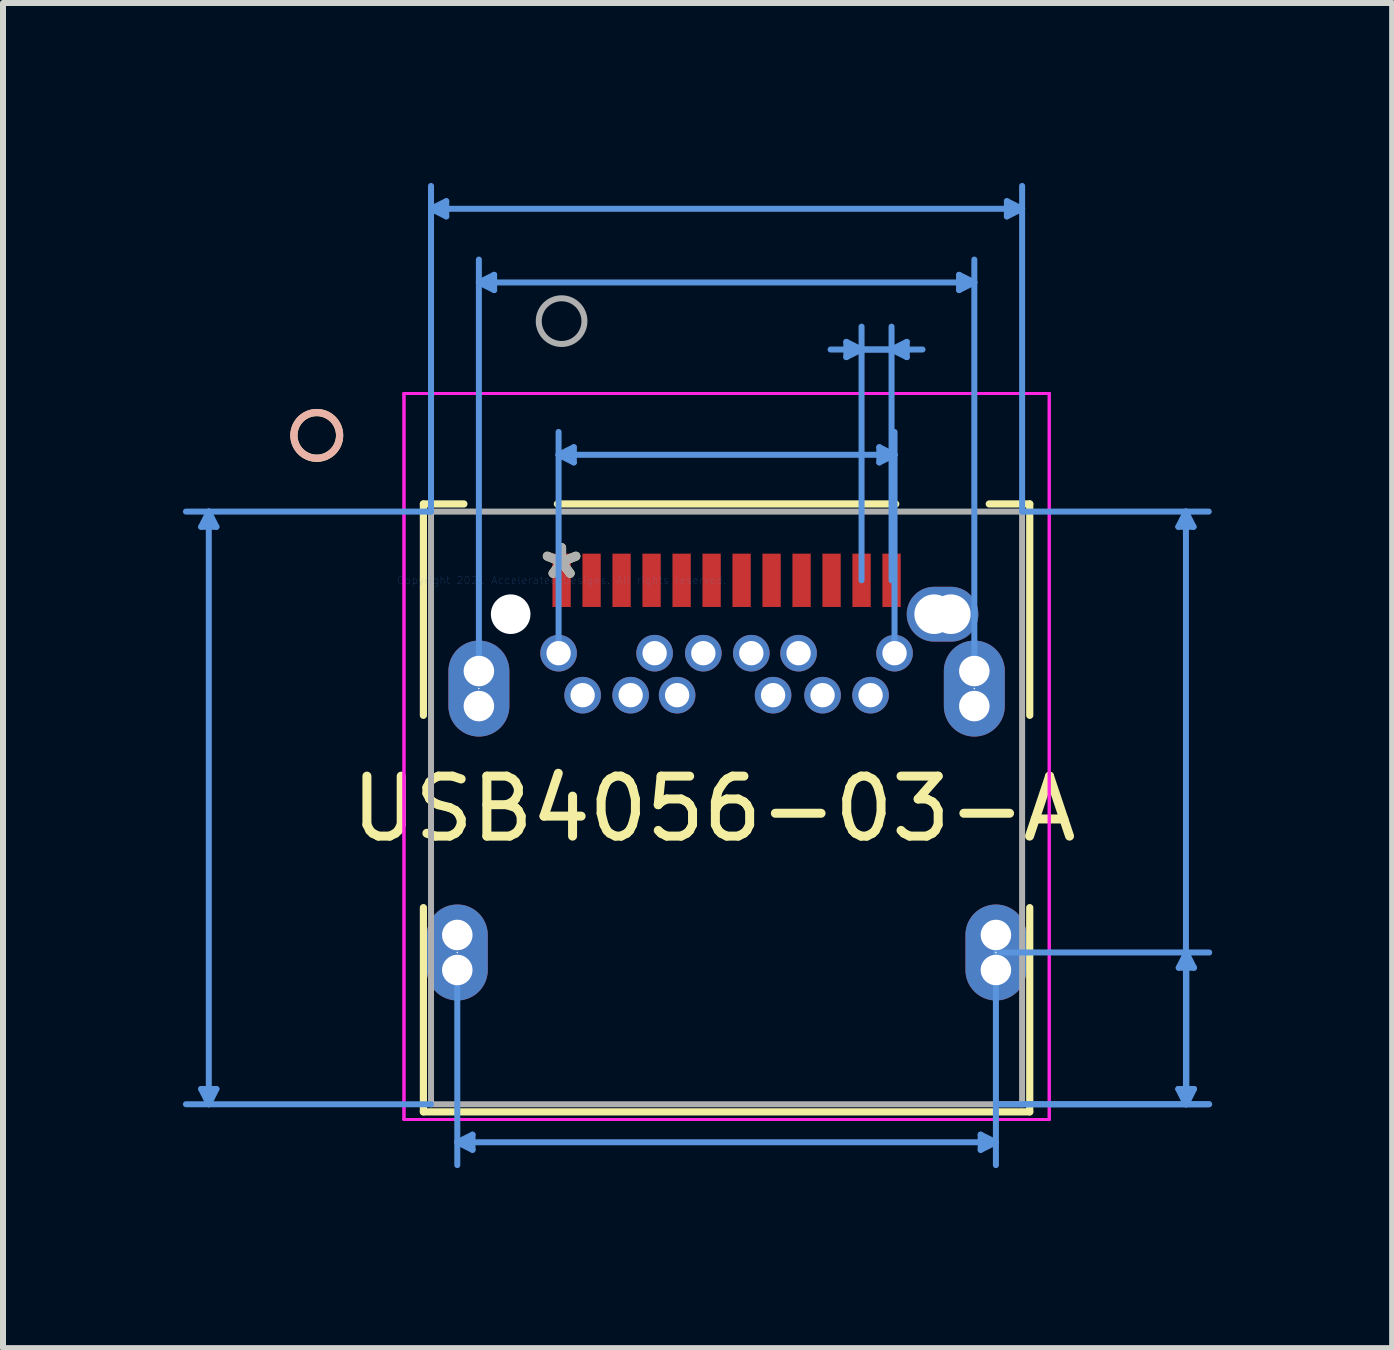
<source format=kicad_pcb>
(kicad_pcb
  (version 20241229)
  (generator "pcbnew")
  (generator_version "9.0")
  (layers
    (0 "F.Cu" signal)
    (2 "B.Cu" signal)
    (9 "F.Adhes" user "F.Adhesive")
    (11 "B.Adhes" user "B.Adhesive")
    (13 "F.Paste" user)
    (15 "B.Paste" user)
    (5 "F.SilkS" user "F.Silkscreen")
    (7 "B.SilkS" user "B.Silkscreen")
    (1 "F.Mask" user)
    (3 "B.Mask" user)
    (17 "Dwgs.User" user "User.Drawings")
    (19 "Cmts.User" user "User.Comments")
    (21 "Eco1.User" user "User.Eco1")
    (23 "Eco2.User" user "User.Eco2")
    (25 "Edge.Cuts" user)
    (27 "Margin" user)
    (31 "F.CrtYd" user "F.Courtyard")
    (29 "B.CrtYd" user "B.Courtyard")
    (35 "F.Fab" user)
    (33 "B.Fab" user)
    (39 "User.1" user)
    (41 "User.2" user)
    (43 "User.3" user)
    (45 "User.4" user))
  (footprint "USB4056-03-A"
    (layer "F.Cu")
    (at 6.313 6.625)
    (property "Reference" "USB4056-03-A" (at 2.54 3.81 0) (layer "F.SilkS") (effects (font (size 1 1) (thickness 0.15))))
    (attr through_hole)
    (fp_line (start -2.304 -1.273) (end -2.304 2.251) (stroke (width 0.12) (type solid)) (layer "F.SilkS"))
    (fp_line (start -2.304 5.457) (end -2.304 8.862) (stroke (width 0.12) (type solid)) (layer "F.SilkS"))
    (fp_line (start -2.304 8.862) (end 7.805 8.862) (stroke (width 0.12) (type solid)) (layer "F.SilkS"))
    (fp_line (start -1.629 -1.273) (end -2.304 -1.273) (stroke (width 0.12) (type solid)) (layer "F.SilkS"))
    (fp_line (start 5.571 -1.273) (end -0.07 -1.273) (stroke (width 0.12) (type solid)) (layer "F.SilkS"))
    (fp_line (start 7.805 -1.273) (end 7.13 -1.273) (stroke (width 0.12) (type solid)) (layer "F.SilkS"))
    (fp_line (start 7.805 2.251) (end 7.805 -1.273) (stroke (width 0.12) (type solid)) (layer "F.SilkS"))
    (fp_line (start 7.805 8.862) (end 7.805 5.457) (stroke (width 0.12) (type solid)) (layer "F.SilkS"))
    (fp_circle (center -4.082 -2.416) (end -3.701 -2.416) (stroke (width 0.12) (type solid)) (fill no) (layer "F.SilkS"))
    (fp_circle (center -4.082 -2.416) (end -3.701 -2.416) (stroke (width 0.12) (type solid)) (fill no) (layer "B.SilkS"))
    (fp_line (start -6.009 8.481) (end -5.882 8.735) (stroke (width 0.1) (type solid)) (layer "Cmts.User"))
    (fp_line (start -6.009 -0.892) (end -5.882 -1.146) (stroke (width 0.1) (type solid)) (layer "Cmts.User"))
    (fp_line (start -6.009 -0.892) (end -5.755 -0.892) (stroke (width 0.1) (type solid)) (layer "Cmts.User"))
    (fp_line (start -5.882 -1.146) (end -5.882 8.735) (stroke (width 0.1) (type solid)) (layer "Cmts.User"))
    (fp_line (start -5.755 8.481) (end -6.009 8.481) (stroke (width 0.1) (type solid)) (layer "Cmts.User"))
    (fp_line (start -5.755 8.481) (end -5.882 8.735) (stroke (width 0.1) (type solid)) (layer "Cmts.User"))
    (fp_line (start -5.755 -0.892) (end -5.882 -1.146) (stroke (width 0.1) (type solid)) (layer "Cmts.User"))
    (fp_line (start -2.177 -6.194) (end 7.678 -6.194) (stroke (width 0.1) (type solid)) (layer "Cmts.User"))
    (fp_line (start -2.177 -1.146) (end -6.263 -1.146) (stroke (width 0.1) (type solid)) (layer "Cmts.User"))
    (fp_line (start -2.177 -1.146) (end -2.177 -6.575) (stroke (width 0.1) (type solid)) (layer "Cmts.User"))
    (fp_line (start -2.177 8.735) (end -6.263 8.735) (stroke (width 0.1) (type solid)) (layer "Cmts.User"))
    (fp_line (start -1.923 -6.321) (end -2.177 -6.194) (stroke (width 0.1) (type solid)) (layer "Cmts.User"))
    (fp_line (start -1.923 -6.067) (end -2.177 -6.194) (stroke (width 0.1) (type solid)) (layer "Cmts.User"))
    (fp_line (start -1.923 -6.067) (end -1.923 -6.321) (stroke (width 0.1) (type solid)) (layer "Cmts.User"))
    (fp_line (start -1.739 9.369) (end 7.241 9.369) (stroke (width 0.1) (type solid)) (layer "Cmts.User"))
    (fp_line (start -1.739 6.497) (end -1.739 9.75) (stroke (width 0.1) (type solid)) (layer "Cmts.User"))
    (fp_line (start -1.485 9.242) (end -1.739 9.369) (stroke (width 0.1) (type solid)) (layer "Cmts.User"))
    (fp_line (start -1.485 9.496) (end -1.739 9.369) (stroke (width 0.1) (type solid)) (layer "Cmts.User"))
    (fp_line (start -1.485 9.496) (end -1.485 9.242) (stroke (width 0.1) (type solid)) (layer "Cmts.User"))
    (fp_line (start -1.379 -4.966) (end 6.881 -4.966) (stroke (width 0.1) (type solid)) (layer "Cmts.User"))
    (fp_line (start -1.379 1.513) (end -1.379 -5.347) (stroke (width 0.1) (type solid)) (layer "Cmts.User"))
    (fp_line (start -1.125 -4.839) (end -1.379 -4.966) (stroke (width 0.1) (type solid)) (layer "Cmts.User"))
    (fp_line (start -1.125 -4.839) (end -1.125 -5.093) (stroke (width 0.1) (type solid)) (layer "Cmts.User"))
    (fp_line (start -1.125 -5.093) (end -1.379 -4.966) (stroke (width 0.1) (type solid)) (layer "Cmts.User"))
    (fp_line (start -0.05 -2.092) (end 5.551 -2.092) (stroke (width 0.1) (type solid)) (layer "Cmts.User"))
    (fp_line (start -0.05 1.215) (end -0.05 -2.473) (stroke (width 0.1) (type solid)) (layer "Cmts.User"))
    (fp_line (start 0.204 -1.965) (end -0.05 -2.092) (stroke (width 0.1) (type solid)) (layer "Cmts.User"))
    (fp_line (start 0.204 -1.965) (end 0.204 -2.219) (stroke (width 0.1) (type solid)) (layer "Cmts.User"))
    (fp_line (start 0.204 -2.219) (end -0.05 -2.092) (stroke (width 0.1) (type solid)) (layer "Cmts.User"))
    (fp_line (start 4.485 -3.848) (end 5.501 -3.848) (stroke (width 0.1) (type solid)) (layer "Cmts.User"))
    (fp_line (start 4.747 -3.975) (end 4.747 -3.721) (stroke (width 0.1) (type solid)) (layer "Cmts.User"))
    (fp_line (start 4.747 -3.975) (end 5.001 -3.848) (stroke (width 0.1) (type solid)) (layer "Cmts.User"))
    (fp_line (start 4.747 -3.721) (end 5.001 -3.848) (stroke (width 0.1) (type solid)) (layer "Cmts.User"))
    (fp_line (start 5.001 0) (end 5.001 -4.229) (stroke (width 0.1) (type solid)) (layer "Cmts.User"))
    (fp_line (start 5.297 -2.219) (end 5.297 -1.965) (stroke (width 0.1) (type solid)) (layer "Cmts.User"))
    (fp_line (start 5.297 -2.219) (end 5.551 -2.092) (stroke (width 0.1) (type solid)) (layer "Cmts.User"))
    (fp_line (start 5.297 -1.965) (end 5.551 -2.092) (stroke (width 0.1) (type solid)) (layer "Cmts.User"))
    (fp_line (start 5.501 0) (end 5.501 -4.229) (stroke (width 0.1) (type solid)) (layer "Cmts.User"))
    (fp_line (start 5.551 1.215) (end 5.551 -2.473) (stroke (width 0.1) (type solid)) (layer "Cmts.User"))
    (fp_line (start 5.755 -3.721) (end 5.501 -3.848) (stroke (width 0.1) (type solid)) (layer "Cmts.User"))
    (fp_line (start 5.755 -3.721) (end 5.755 -3.975) (stroke (width 0.1) (type solid)) (layer "Cmts.User"))
    (fp_line (start 5.755 -3.975) (end 5.501 -3.848) (stroke (width 0.1) (type solid)) (layer "Cmts.User"))
    (fp_line (start 6.017 -3.848) (end 5.001 -3.848) (stroke (width 0.1) (type solid)) (layer "Cmts.User"))
    (fp_line (start 6.627 -5.093) (end 6.627 -4.839) (stroke (width 0.1) (type solid)) (layer "Cmts.User"))
    (fp_line (start 6.627 -5.093) (end 6.881 -4.966) (stroke (width 0.1) (type solid)) (layer "Cmts.User"))
    (fp_line (start 6.627 -4.839) (end 6.881 -4.966) (stroke (width 0.1) (type solid)) (layer "Cmts.User"))
    (fp_line (start 6.881 1.513) (end 6.881 -5.347) (stroke (width 0.1) (type solid)) (layer "Cmts.User"))
    (fp_line (start 6.987 9.242) (end 6.987 9.496) (stroke (width 0.1) (type solid)) (layer "Cmts.User"))
    (fp_line (start 6.987 9.242) (end 7.241 9.369) (stroke (width 0.1) (type solid)) (layer "Cmts.User"))
    (fp_line (start 6.987 9.496) (end 7.241 9.369) (stroke (width 0.1) (type solid)) (layer "Cmts.User"))
    (fp_line (start 7.241 6.205) (end 10.797 6.205) (stroke (width 0.1) (type solid)) (layer "Cmts.User"))
    (fp_line (start 7.241 6.497) (end 7.241 9.75) (stroke (width 0.1) (type solid)) (layer "Cmts.User"))
    (fp_line (start 7.241 8.735) (end 10.797 8.735) (stroke (width 0.1) (type solid)) (layer "Cmts.User"))
    (fp_line (start 7.424 -6.321) (end 7.424 -6.067) (stroke (width 0.1) (type solid)) (layer "Cmts.User"))
    (fp_line (start 7.424 -6.321) (end 7.678 -6.194) (stroke (width 0.1) (type solid)) (layer "Cmts.User"))
    (fp_line (start 7.424 -6.067) (end 7.678 -6.194) (stroke (width 0.1) (type solid)) (layer "Cmts.User"))
    (fp_line (start 7.678 -1.146) (end 7.678 -6.575) (stroke (width 0.1) (type solid)) (layer "Cmts.User"))
    (fp_line (start 7.678 -1.146) (end 10.79 -1.146) (stroke (width 0.1) (type solid)) (layer "Cmts.User"))
    (fp_line (start 7.678 8.735) (end 10.79 8.735) (stroke (width 0.1) (type solid)) (layer "Cmts.User"))
    (fp_line (start 10.282 8.481) (end 10.409 8.735) (stroke (width 0.1) (type solid)) (layer "Cmts.User"))
    (fp_line (start 10.282 -0.892) (end 10.409 -1.146) (stroke (width 0.1) (type solid)) (layer "Cmts.User"))
    (fp_line (start 10.282 -0.892) (end 10.536 -0.892) (stroke (width 0.1) (type solid)) (layer "Cmts.User"))
    (fp_line (start 10.289 8.481) (end 10.416 8.735) (stroke (width 0.1) (type solid)) (layer "Cmts.User"))
    (fp_line (start 10.289 6.459) (end 10.416 6.205) (stroke (width 0.1) (type solid)) (layer "Cmts.User"))
    (fp_line (start 10.289 6.459) (end 10.543 6.459) (stroke (width 0.1) (type solid)) (layer "Cmts.User"))
    (fp_line (start 10.409 -1.146) (end 10.409 8.735) (stroke (width 0.1) (type solid)) (layer "Cmts.User"))
    (fp_line (start 10.416 6.205) (end 10.416 8.735) (stroke (width 0.1) (type solid)) (layer "Cmts.User"))
    (fp_line (start 10.536 8.481) (end 10.282 8.481) (stroke (width 0.1) (type solid)) (layer "Cmts.User"))
    (fp_line (start 10.536 8.481) (end 10.409 8.735) (stroke (width 0.1) (type solid)) (layer "Cmts.User"))
    (fp_line (start 10.536 -0.892) (end 10.409 -1.146) (stroke (width 0.1) (type solid)) (layer "Cmts.User"))
    (fp_line (start 10.543 8.481) (end 10.289 8.481) (stroke (width 0.1) (type solid)) (layer "Cmts.User"))
    (fp_line (start 10.543 8.481) (end 10.416 8.735) (stroke (width 0.1) (type solid)) (layer "Cmts.User"))
    (fp_line (start 10.543 6.459) (end 10.416 6.205) (stroke (width 0.1) (type solid)) (layer "Cmts.User"))
    (fp_line (start -2.628 -3.115) (end -2.628 8.989) (stroke (width 0.05) (type solid)) (layer "F.CrtYd"))
    (fp_line (start -2.628 -3.115) (end -2.628 8.989) (stroke (width 0.05) (type solid)) (layer "F.CrtYd"))
    (fp_line (start -2.628 8.989) (end 8.13 8.989) (stroke (width 0.05) (type solid)) (layer "F.CrtYd"))
    (fp_line (start -2.628 8.989) (end 8.13 8.989) (stroke (width 0.05) (type solid)) (layer "F.CrtYd"))
    (fp_line (start 8.13 -3.115) (end -2.628 -3.115) (stroke (width 0.05) (type solid)) (layer "F.CrtYd"))
    (fp_line (start 8.13 -3.115) (end -2.628 -3.115) (stroke (width 0.05) (type solid)) (layer "F.CrtYd"))
    (fp_line (start 8.13 8.989) (end 8.13 -3.115) (stroke (width 0.05) (type solid)) (layer "F.CrtYd"))
    (fp_line (start 8.13 8.989) (end 8.13 -3.115) (stroke (width 0.05) (type solid)) (layer "F.CrtYd"))
    (fp_line (start -2.177 -1.146) (end -2.177 8.735) (stroke (width 0.1) (type solid)) (layer "F.Fab"))
    (fp_line (start -2.177 8.735) (end 7.678 8.735) (stroke (width 0.1) (type solid)) (layer "F.Fab"))
    (fp_line (start 7.678 -1.146) (end -2.177 -1.146) (stroke (width 0.1) (type solid)) (layer "F.Fab"))
    (fp_line (start 7.678 8.735) (end 7.678 -1.146) (stroke (width 0.1) (type solid)) (layer "F.Fab"))
    (fp_circle (center 0 -4.321) (end 0.381 -4.321) (stroke (width 0.1) (type solid)) (fill no) (layer "F.Fab"))
    (fp_text user "*" (at 0 0 0) (layer "F.SilkS") (effects (font (size 1 1) (thickness 0.15))))
    (fp_text user "Copyright 2021 Accelerated Designs. All rights reserved." (at 0 0 0) (layer "Cmts.User") (effects (font (size 0.127 0.127) (thickness 0.002))))
    (fp_text user "*" (at 0 0 0) (layer "F.Fab") (effects (font (size 1 1) (thickness 0.15))))
    (pad "" np_thru_hole circle (at -1.739 5.913) (size 0.508 0.508) (drill 0.508) (layers "*.Cu" "*.Mask"))
    (pad "" np_thru_hole circle (at -1.739 6.497) (size 0.508 0.508) (drill 0.508) (layers "*.Cu" "*.Mask"))
    (pad "" np_thru_hole circle (at -1.379 1.513) (size 0.508 0.508) (drill 0.508) (layers "*.Cu" "*.Mask"))
    (pad "" np_thru_hole circle (at -1.379 2.097) (size 0.508 0.508) (drill 0.508) (layers "*.Cu" "*.Mask"))
    (pad "" np_thru_hole circle (at -0.849 0.565) (size 0.66 0.66) (drill 0.66) (layers "*.Cu" "*.Mask"))
    (pad "" np_thru_hole circle (at 6.211 0.565) (size 0.66 0.66) (drill 0.66) (layers "*.Cu" "*.Mask"))
    (pad "" np_thru_hole circle (at 6.49 0.565) (size 0.66 0.66) (drill 0.66) (layers "*.Cu" "*.Mask"))
    (pad "" np_thru_hole circle (at 6.881 1.513) (size 0.508 0.508) (drill 0.508) (layers "*.Cu" "*.Mask"))
    (pad "" np_thru_hole circle (at 6.881 2.097) (size 0.508 0.508) (drill 0.508) (layers "*.Cu" "*.Mask"))
    (pad "" np_thru_hole circle (at 7.241 5.913) (size 0.508 0.508) (drill 0.508) (layers "*.Cu" "*.Mask"))
    (pad "" np_thru_hole circle (at 7.241 6.497) (size 0.508 0.508) (drill 0.508) (layers "*.Cu" "*.Mask"))
    (pad "25" thru_hole oval (at -1.379 1.805 90) (size 1.6 1.016) (drill 0.025) (layers "*.Cu" "*.Mask"))
    (pad "26" thru_hole oval (at -1.739 6.205 90) (size 1.6 1.016) (drill 0.025) (layers "*.Cu" "*.Mask"))
    (pad "27" thru_hole oval (at 6.881 1.805 90) (size 1.6 1.016) (drill 0.025) (layers "*.Cu" "*.Mask"))
    (pad "28" thru_hole oval (at 7.241 6.205 90) (size 1.6 1.016) (drill 0.025) (layers "*.Cu" "*.Mask"))
    (pad "29" thru_hole oval (at 6.351 0.565) (size 1.194 0.914) (drill 0.025) (layers "*.Cu" "*.Mask"))
    (pad "A1" smd rect (at 0 0) (size 0.305 0.889) (layers "F.Cu" "F.Mask" "F.Paste"))
    (pad "A2" smd rect (at 0.5 0) (size 0.305 0.889) (layers "F.Cu" "F.Mask" "F.Paste"))
    (pad "A3" smd rect (at 1 0) (size 0.305 0.889) (layers "F.Cu" "F.Mask" "F.Paste"))
    (pad "A4" smd rect (at 1.5 0) (size 0.305 0.889) (layers "F.Cu" "F.Mask" "F.Paste"))
    (pad "A5" smd rect (at 2.001 0) (size 0.305 0.889) (layers "F.Cu" "F.Mask" "F.Paste"))
    (pad "A6" smd rect (at 2.501 0) (size 0.305 0.889) (layers "F.Cu" "F.Mask" "F.Paste"))
    (pad "A7" smd rect (at 3.001 0) (size 0.305 0.889) (layers "F.Cu" "F.Mask" "F.Paste"))
    (pad "A8" smd rect (at 3.501 0) (size 0.305 0.889) (layers "F.Cu" "F.Mask" "F.Paste"))
    (pad "A9" smd rect (at 4.001 0) (size 0.305 0.889) (layers "F.Cu" "F.Mask" "F.Paste"))
    (pad "A10" smd rect (at 4.501 0) (size 0.305 0.889) (layers "F.Cu" "F.Mask" "F.Paste"))
    (pad "A11" smd rect (at 5.001 0) (size 0.305 0.889) (layers "F.Cu" "F.Mask" "F.Paste"))
    (pad "A12" smd rect (at 5.501 0) (size 0.305 0.889) (layers "F.Cu" "F.Mask" "F.Paste"))
    (pad "B1" thru_hole circle (at 5.551 1.215) (size 0.61 0.61) (drill 0.406) (layers "*.Cu" "*.Mask"))
    (pad "B2" thru_hole circle (at 5.151 1.915) (size 0.61 0.61) (drill 0.406) (layers "*.Cu" "*.Mask"))
    (pad "B3" thru_hole circle (at 4.351 1.915) (size 0.61 0.61) (drill 0.406) (layers "*.Cu" "*.Mask"))
    (pad "B4" thru_hole circle (at 3.951 1.215) (size 0.61 0.61) (drill 0.406) (layers "*.Cu" "*.Mask"))
    (pad "B5" thru_hole circle (at 3.526 1.915) (size 0.61 0.61) (drill 0.406) (layers "*.Cu" "*.Mask"))
    (pad "B6" thru_hole circle (at 3.163 1.215) (size 0.61 0.61) (drill 0.406) (layers "*.Cu" "*.Mask"))
    (pad "B7" thru_hole circle (at 2.363 1.215) (size 0.61 0.61) (drill 0.406) (layers "*.Cu" "*.Mask"))
    (pad "B8" thru_hole circle (at 1.926 1.915) (size 0.61 0.61) (drill 0.406) (layers "*.Cu" "*.Mask"))
    (pad "B9" thru_hole circle (at 1.551 1.215) (size 0.61 0.61) (drill 0.406) (layers "*.Cu" "*.Mask"))
    (pad "B10" thru_hole circle (at 1.151 1.915) (size 0.61 0.61) (drill 0.406) (layers "*.Cu" "*.Mask"))
    (pad "B11" thru_hole circle (at 0.351 1.915) (size 0.61 0.61) (drill 0.406) (layers "*.Cu" "*.Mask"))
    (pad "B12" thru_hole circle (at -0.05 1.215) (size 0.61 0.61) (drill 0.406) (layers "*.Cu" "*.Mask")))
  (gr_rect
    (start -3 -3)
    (end 20.16 19.426)
    (stroke (width 0.1) (type default))
    (fill no)
    (layer "Edge.Cuts")))
</source>
